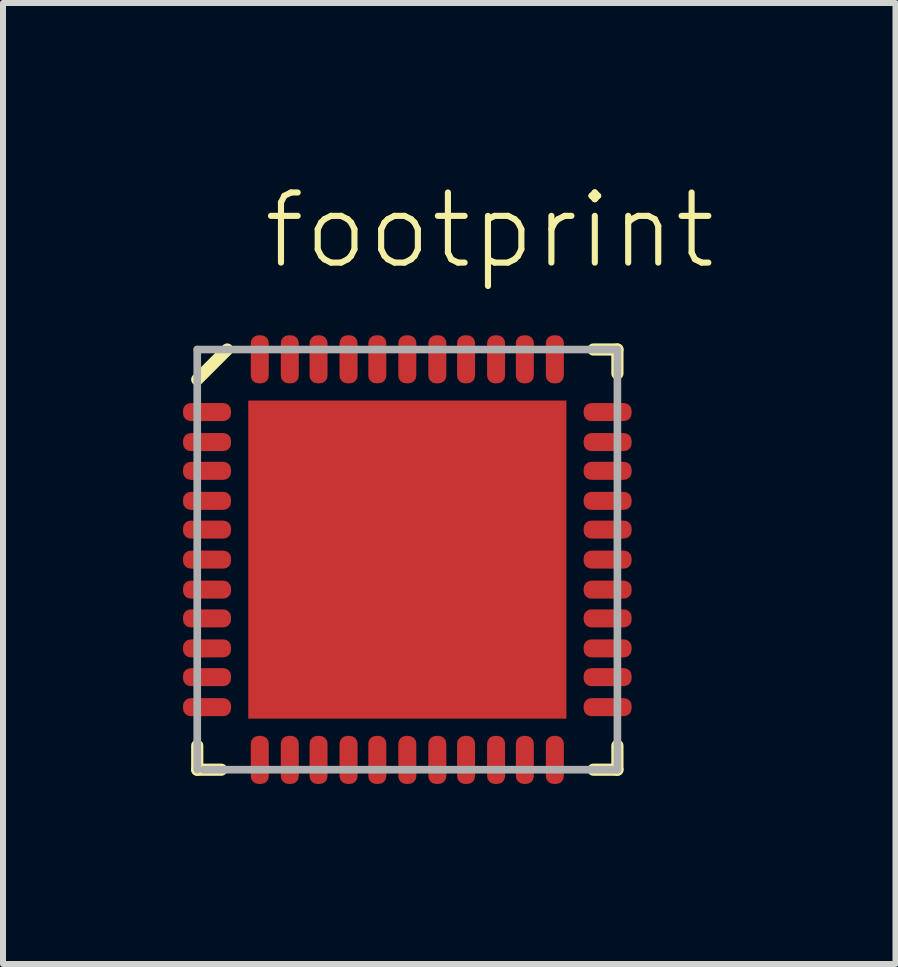
<source format=kicad_pcb>
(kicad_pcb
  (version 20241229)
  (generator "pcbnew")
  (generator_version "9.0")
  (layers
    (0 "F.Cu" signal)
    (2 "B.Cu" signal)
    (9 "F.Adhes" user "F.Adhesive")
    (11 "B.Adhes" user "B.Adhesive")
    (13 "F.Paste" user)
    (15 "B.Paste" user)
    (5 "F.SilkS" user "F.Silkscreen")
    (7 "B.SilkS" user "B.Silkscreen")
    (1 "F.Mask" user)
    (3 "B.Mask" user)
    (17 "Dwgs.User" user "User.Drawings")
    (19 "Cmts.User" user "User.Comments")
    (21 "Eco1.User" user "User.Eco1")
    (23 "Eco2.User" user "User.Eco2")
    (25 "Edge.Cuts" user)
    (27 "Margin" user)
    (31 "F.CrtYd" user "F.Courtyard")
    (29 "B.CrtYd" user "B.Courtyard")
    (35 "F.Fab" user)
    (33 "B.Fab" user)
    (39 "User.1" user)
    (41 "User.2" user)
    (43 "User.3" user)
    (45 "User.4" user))
  (footprint "footprint"
    (layer "F.Cu")
    (at 3.736 6.273)
    (property "Reference" "footprint" (at -2.45 -4.8 0) (layer "F.SilkS") (effects (font (size 1.168 1.168) (thickness 0.102)) (justify left bottom)))
    (fp_poly (pts (xy -2 -0.5) (xy -0.5 -0.5) (xy -0.5 -2) (xy -2 -2)) (stroke (width 0) (type solid)) (fill yes) (layer "F.Cu"))
    (fp_line (start -3.5 3.5) (end -3.5 3.1) (stroke (width 0.203) (type solid)) (layer "F.SilkS"))
    (fp_line (start -3.1 3.5) (end -3.5 3.5) (stroke (width 0.203) (type solid)) (layer "F.SilkS"))
    (fp_line (start -3 -3.5) (end -3.5 -3) (stroke (width 0.203) (type solid)) (layer "F.SilkS"))
    (fp_line (start 3.1 3.5) (end 3.5 3.5) (stroke (width 0.203) (type solid)) (layer "F.SilkS"))
    (fp_line (start 3.5 -3.5) (end 3.1 -3.5) (stroke (width 0.203) (type solid)) (layer "F.SilkS"))
    (fp_line (start 3.5 -3.1) (end 3.5 -3.5) (stroke (width 0.203) (type solid)) (layer "F.SilkS"))
    (fp_line (start 3.5 3.1) (end 3.5 3.5) (stroke (width 0.203) (type solid)) (layer "F.SilkS"))
    (fp_poly (pts (xy -3.15 -2.343) (xy -3.15 -2.572) (xy -3.696 -2.572) (xy -3.696 -2.343)) (stroke (width 0) (type solid)) (fill yes) (layer "F.Paste"))
    (fp_poly (pts (xy -3.15 -1.841) (xy -3.15 -2.07) (xy -3.696 -2.07) (xy -3.696 -1.841)) (stroke (width 0) (type solid)) (fill yes) (layer "F.Paste"))
    (fp_poly (pts (xy -3.15 -1.365) (xy -3.15 -1.594) (xy -3.696 -1.594) (xy -3.696 -1.365)) (stroke (width 0) (type solid)) (fill yes) (layer "F.Paste"))
    (fp_poly (pts (xy -3.15 -0.864) (xy -3.15 -1.092) (xy -3.696 -1.092) (xy -3.696 -0.864)) (stroke (width 0) (type solid)) (fill yes) (layer "F.Paste"))
    (fp_poly (pts (xy -3.15 -0.387) (xy -3.15 -0.616) (xy -3.696 -0.616) (xy -3.696 -0.387)) (stroke (width 0) (type solid)) (fill yes) (layer "F.Paste"))
    (fp_poly (pts (xy -3.15 0.114) (xy -3.15 -0.114) (xy -3.696 -0.114) (xy -3.696 0.114)) (stroke (width 0) (type solid)) (fill yes) (layer "F.Paste"))
    (fp_poly (pts (xy -3.15 0.616) (xy -3.15 0.387) (xy -3.696 0.387) (xy -3.696 0.616)) (stroke (width 0) (type solid)) (fill yes) (layer "F.Paste"))
    (fp_poly (pts (xy -3.15 1.092) (xy -3.15 0.864) (xy -3.696 0.864) (xy -3.696 1.092)) (stroke (width 0) (type solid)) (fill yes) (layer "F.Paste"))
    (fp_poly (pts (xy -3.15 1.594) (xy -3.15 1.365) (xy -3.696 1.365) (xy -3.696 1.594)) (stroke (width 0) (type solid)) (fill yes) (layer "F.Paste"))
    (fp_poly (pts (xy -3.15 2.07) (xy -3.15 1.841) (xy -3.696 1.841) (xy -3.696 2.07)) (stroke (width 0) (type solid)) (fill yes) (layer "F.Paste"))
    (fp_poly (pts (xy -3.15 2.572) (xy -3.15 2.343) (xy -3.696 2.343) (xy -3.696 2.572)) (stroke (width 0) (type solid)) (fill yes) (layer "F.Paste"))
    (fp_poly (pts (xy -2.572 -3.15) (xy -2.343 -3.15) (xy -2.343 -3.696) (xy -2.572 -3.696)) (stroke (width 0) (type solid)) (fill yes) (layer "F.Paste"))
    (fp_poly (pts (xy -2.343 3.15) (xy -2.572 3.15) (xy -2.572 3.696) (xy -2.343 3.696)) (stroke (width 0) (type solid)) (fill yes) (layer "F.Paste"))
    (fp_poly (pts (xy -2.07 -3.15) (xy -1.841 -3.15) (xy -1.841 -3.696) (xy -2.07 -3.696)) (stroke (width 0) (type solid)) (fill yes) (layer "F.Paste"))
    (fp_poly (pts (xy -1.841 3.15) (xy -2.07 3.15) (xy -2.07 3.696) (xy -1.841 3.696)) (stroke (width 0) (type solid)) (fill yes) (layer "F.Paste"))
    (fp_poly (pts (xy -1.594 -3.15) (xy -1.365 -3.15) (xy -1.365 -3.696) (xy -1.594 -3.696)) (stroke (width 0) (type solid)) (fill yes) (layer "F.Paste"))
    (fp_poly (pts (xy -1.365 3.15) (xy -1.594 3.15) (xy -1.594 3.696) (xy -1.365 3.696)) (stroke (width 0) (type solid)) (fill yes) (layer "F.Paste"))
    (fp_poly (pts (xy -1.092 -3.15) (xy -0.864 -3.15) (xy -0.864 -3.696) (xy -1.092 -3.696)) (stroke (width 0) (type solid)) (fill yes) (layer "F.Paste"))
    (fp_poly (pts (xy -0.864 3.15) (xy -1.092 3.15) (xy -1.092 3.696) (xy -0.864 3.696)) (stroke (width 0) (type solid)) (fill yes) (layer "F.Paste"))
    (fp_poly (pts (xy -0.616 -3.15) (xy -0.387 -3.15) (xy -0.387 -3.696) (xy -0.616 -3.696)) (stroke (width 0) (type solid)) (fill yes) (layer "F.Paste"))
    (fp_poly (pts (xy -0.387 3.15) (xy -0.616 3.15) (xy -0.616 3.696) (xy -0.387 3.696)) (stroke (width 0) (type solid)) (fill yes) (layer "F.Paste"))
    (fp_poly (pts (xy -0.114 -3.15) (xy 0.114 -3.15) (xy 0.114 -3.696) (xy -0.114 -3.696)) (stroke (width 0) (type solid)) (fill yes) (layer "F.Paste"))
    (fp_poly (pts (xy 0.114 3.15) (xy -0.114 3.15) (xy -0.114 3.696) (xy 0.114 3.696)) (stroke (width 0) (type solid)) (fill yes) (layer "F.Paste"))
    (fp_poly (pts (xy 0.387 -3.15) (xy 0.616 -3.15) (xy 0.616 -3.696) (xy 0.387 -3.696)) (stroke (width 0) (type solid)) (fill yes) (layer "F.Paste"))
    (fp_poly (pts (xy 0.616 3.15) (xy 0.387 3.15) (xy 0.387 3.696) (xy 0.616 3.696)) (stroke (width 0) (type solid)) (fill yes) (layer "F.Paste"))
    (fp_poly (pts (xy 0.864 -3.15) (xy 1.092 -3.15) (xy 1.092 -3.696) (xy 0.864 -3.696)) (stroke (width 0) (type solid)) (fill yes) (layer "F.Paste"))
    (fp_poly (pts (xy 1.092 3.15) (xy 0.864 3.15) (xy 0.864 3.696) (xy 1.092 3.696)) (stroke (width 0) (type solid)) (fill yes) (layer "F.Paste"))
    (fp_poly (pts (xy 1.365 -3.15) (xy 1.594 -3.15) (xy 1.594 -3.696) (xy 1.365 -3.696)) (stroke (width 0) (type solid)) (fill yes) (layer "F.Paste"))
    (fp_poly (pts (xy 1.594 3.15) (xy 1.365 3.15) (xy 1.365 3.696) (xy 1.594 3.696)) (stroke (width 0) (type solid)) (fill yes) (layer "F.Paste"))
    (fp_poly (pts (xy 1.841 -3.15) (xy 2.07 -3.15) (xy 2.07 -3.696) (xy 1.841 -3.696)) (stroke (width 0) (type solid)) (fill yes) (layer "F.Paste"))
    (fp_poly (pts (xy 2.07 3.15) (xy 1.841 3.15) (xy 1.841 3.696) (xy 2.07 3.696)) (stroke (width 0) (type solid)) (fill yes) (layer "F.Paste"))
    (fp_poly (pts (xy 2.343 -3.15) (xy 2.572 -3.15) (xy 2.572 -3.696) (xy 2.343 -3.696)) (stroke (width 0) (type solid)) (fill yes) (layer "F.Paste"))
    (fp_poly (pts (xy 2.572 3.15) (xy 2.343 3.15) (xy 2.343 3.696) (xy 2.572 3.696)) (stroke (width 0) (type solid)) (fill yes) (layer "F.Paste"))
    (fp_poly (pts (xy 3.15 -2.572) (xy 3.15 -2.343) (xy 3.696 -2.343) (xy 3.696 -2.572)) (stroke (width 0) (type solid)) (fill yes) (layer "F.Paste"))
    (fp_poly (pts (xy 3.15 -2.07) (xy 3.15 -1.841) (xy 3.696 -1.841) (xy 3.696 -2.07)) (stroke (width 0) (type solid)) (fill yes) (layer "F.Paste"))
    (fp_poly (pts (xy 3.15 -1.594) (xy 3.15 -1.365) (xy 3.696 -1.365) (xy 3.696 -1.594)) (stroke (width 0) (type solid)) (fill yes) (layer "F.Paste"))
    (fp_poly (pts (xy 3.15 -1.092) (xy 3.15 -0.864) (xy 3.696 -0.864) (xy 3.696 -1.092)) (stroke (width 0) (type solid)) (fill yes) (layer "F.Paste"))
    (fp_poly (pts (xy 3.15 -0.616) (xy 3.15 -0.387) (xy 3.696 -0.387) (xy 3.696 -0.616)) (stroke (width 0) (type solid)) (fill yes) (layer "F.Paste"))
    (fp_poly (pts (xy 3.15 -0.114) (xy 3.15 0.114) (xy 3.696 0.114) (xy 3.696 -0.114)) (stroke (width 0) (type solid)) (fill yes) (layer "F.Paste"))
    (fp_poly (pts (xy 3.15 0.387) (xy 3.15 0.616) (xy 3.696 0.616) (xy 3.696 0.387)) (stroke (width 0) (type solid)) (fill yes) (layer "F.Paste"))
    (fp_poly (pts (xy 3.15 0.864) (xy 3.15 1.092) (xy 3.696 1.092) (xy 3.696 0.864)) (stroke (width 0) (type solid)) (fill yes) (layer "F.Paste"))
    (fp_poly (pts (xy 3.15 1.365) (xy 3.15 1.594) (xy 3.696 1.594) (xy 3.696 1.365)) (stroke (width 0) (type solid)) (fill yes) (layer "F.Paste"))
    (fp_poly (pts (xy 3.15 1.841) (xy 3.15 2.07) (xy 3.696 2.07) (xy 3.696 1.841)) (stroke (width 0) (type solid)) (fill yes) (layer "F.Paste"))
    (fp_poly (pts (xy 3.15 2.343) (xy 3.15 2.572) (xy 3.696 2.572) (xy 3.696 2.343)) (stroke (width 0) (type solid)) (fill yes) (layer "F.Paste"))
    (fp_line (start -3.5 -3.5) (end -3.5 3.5) (stroke (width 0.127) (type solid)) (layer "F.Fab"))
    (fp_line (start -3.4 3.5) (end 3.5 3.5) (stroke (width 0.127) (type solid)) (layer "F.Fab"))
    (fp_line (start 3.5 -3.5) (end -3.5 -3.5) (stroke (width 0.127) (type solid)) (layer "F.Fab"))
    (fp_line (start 3.5 3.5) (end 3.5 -3.5) (stroke (width 0.127) (type solid)) (layer "F.Fab"))
    (pad "1" smd roundrect (at -3.337 -2.458 180) (size 0.8 0.3) (layers "F.Cu" "F.Mask") (roundrect_rratio 0.425))
    (pad "2" smd roundrect (at -3.337 -1.958 180) (size 0.8 0.3) (layers "F.Cu" "F.Mask") (roundrect_rratio 0.425))
    (pad "3" smd roundrect (at -3.337 -1.479 180) (size 0.8 0.3) (layers "F.Cu" "F.Mask") (roundrect_rratio 0.425))
    (pad "4" smd roundrect (at -3.337 -0.979 180) (size 0.8 0.3) (layers "F.Cu" "F.Mask") (roundrect_rratio 0.425))
    (pad "5" smd roundrect (at -3.337 -0.5 180) (size 0.8 0.3) (layers "F.Cu" "F.Mask") (roundrect_rratio 0.425))
    (pad "6" smd roundrect (at -3.337 0 180) (size 0.8 0.3) (layers "F.Cu" "F.Mask") (roundrect_rratio 0.425))
    (pad "7" smd roundrect (at -3.337 0.5) (size 0.8 0.3) (layers "F.Cu" "F.Mask") (roundrect_rratio 0.425))
    (pad "8" smd roundrect (at -3.337 0.979) (size 0.8 0.3) (layers "F.Cu" "F.Mask") (roundrect_rratio 0.425))
    (pad "9" smd roundrect (at -3.337 1.479) (size 0.8 0.3) (layers "F.Cu" "F.Mask") (roundrect_rratio 0.425))
    (pad "10" smd roundrect (at -3.337 1.958) (size 0.8 0.3) (layers "F.Cu" "F.Mask") (roundrect_rratio 0.425))
    (pad "11" smd roundrect (at -3.337 2.458) (size 0.8 0.3) (layers "F.Cu" "F.Mask") (roundrect_rratio 0.425))
    (pad "12" smd roundrect (at -2.458 3.337 270) (size 0.8 0.3) (layers "F.Cu" "F.Mask") (roundrect_rratio 0.425))
    (pad "13" smd roundrect (at -1.958 3.337 270) (size 0.8 0.3) (layers "F.Cu" "F.Mask") (roundrect_rratio 0.425))
    (pad "14" smd roundrect (at -1.479 3.337 270) (size 0.8 0.3) (layers "F.Cu" "F.Mask") (roundrect_rratio 0.425))
    (pad "15" smd roundrect (at -0.979 3.337 270) (size 0.8 0.3) (layers "F.Cu" "F.Mask") (roundrect_rratio 0.425))
    (pad "16" smd roundrect (at -0.5 3.337 270) (size 0.8 0.3) (layers "F.Cu" "F.Mask") (roundrect_rratio 0.425))
    (pad "17" smd roundrect (at 0 3.337 270) (size 0.8 0.3) (layers "F.Cu" "F.Mask") (roundrect_rratio 0.425))
    (pad "18" smd roundrect (at 0.5 3.337 90) (size 0.8 0.3) (layers "F.Cu" "F.Mask") (roundrect_rratio 0.425))
    (pad "19" smd roundrect (at 0.979 3.337 90) (size 0.8 0.3) (layers "F.Cu" "F.Mask") (roundrect_rratio 0.425))
    (pad "20" smd roundrect (at 1.479 3.337 90) (size 0.8 0.3) (layers "F.Cu" "F.Mask") (roundrect_rratio 0.425))
    (pad "21" smd roundrect (at 1.958 3.337 90) (size 0.8 0.3) (layers "F.Cu" "F.Mask") (roundrect_rratio 0.425))
    (pad "22" smd roundrect (at 2.458 3.337 90) (size 0.8 0.3) (layers "F.Cu" "F.Mask") (roundrect_rratio 0.425))
    (pad "23" smd roundrect (at 3.337 2.458) (size 0.8 0.3) (layers "F.Cu" "F.Mask") (roundrect_rratio 0.425))
    (pad "24" smd roundrect (at 3.337 1.958) (size 0.8 0.3) (layers "F.Cu" "F.Mask") (roundrect_rratio 0.425))
    (pad "25" smd roundrect (at 3.337 1.479) (size 0.8 0.3) (layers "F.Cu" "F.Mask") (roundrect_rratio 0.425))
    (pad "26" smd roundrect (at 3.337 0.979) (size 0.8 0.3) (layers "F.Cu" "F.Mask") (roundrect_rratio 0.425))
    (pad "27" smd roundrect (at 3.337 0.5) (size 0.8 0.3) (layers "F.Cu" "F.Mask") (roundrect_rratio 0.425))
    (pad "28" smd roundrect (at 3.337 0) (size 0.8 0.3) (layers "F.Cu" "F.Mask") (roundrect_rratio 0.425))
    (pad "29" smd roundrect (at 3.337 -0.5 180) (size 0.8 0.3) (layers "F.Cu" "F.Mask") (roundrect_rratio 0.425))
    (pad "30" smd roundrect (at 3.337 -0.979 180) (size 0.8 0.3) (layers "F.Cu" "F.Mask") (roundrect_rratio 0.425))
    (pad "31" smd roundrect (at 3.337 -1.479 180) (size 0.8 0.3) (layers "F.Cu" "F.Mask") (roundrect_rratio 0.425))
    (pad "32" smd roundrect (at 3.337 -1.958 180) (size 0.8 0.3) (layers "F.Cu" "F.Mask") (roundrect_rratio 0.425))
    (pad "33" smd roundrect (at 3.337 -2.458 180) (size 0.8 0.3) (layers "F.Cu" "F.Mask") (roundrect_rratio 0.425))
    (pad "34" smd roundrect (at 2.458 -3.337 90) (size 0.8 0.3) (layers "F.Cu" "F.Mask") (roundrect_rratio 0.425))
    (pad "35" smd roundrect (at 1.958 -3.337 90) (size 0.8 0.3) (layers "F.Cu" "F.Mask") (roundrect_rratio 0.425))
    (pad "36" smd roundrect (at 1.479 -3.337 90) (size 0.8 0.3) (layers "F.Cu" "F.Mask") (roundrect_rratio 0.425))
    (pad "37" smd roundrect (at 0.979 -3.337 90) (size 0.8 0.3) (layers "F.Cu" "F.Mask") (roundrect_rratio 0.425))
    (pad "38" smd roundrect (at 0.5 -3.337 90) (size 0.8 0.3) (layers "F.Cu" "F.Mask") (roundrect_rratio 0.425))
    (pad "39" smd roundrect (at 0 -3.337 90) (size 0.8 0.3) (layers "F.Cu" "F.Mask") (roundrect_rratio 0.425))
    (pad "40" smd roundrect (at -0.5 -3.337 270) (size 0.8 0.3) (layers "F.Cu" "F.Mask") (roundrect_rratio 0.425))
    (pad "41" smd roundrect (at -0.979 -3.337 270) (size 0.8 0.3) (layers "F.Cu" "F.Mask") (roundrect_rratio 0.425))
    (pad "42" smd roundrect (at -1.479 -3.337 270) (size 0.8 0.3) (layers "F.Cu" "F.Mask") (roundrect_rratio 0.425))
    (pad "43" smd roundrect (at -1.958 -3.337 270) (size 0.8 0.3) (layers "F.Cu" "F.Mask") (roundrect_rratio 0.425))
    (pad "44" smd roundrect (at -2.458 -3.337 270) (size 0.8 0.3) (layers "F.Cu" "F.Mask") (roundrect_rratio 0.425))
    (pad "EPAD" smd rect (at 0 0) (size 5.3 5.3) (layers "F.Cu" "F.Mask")))
  (gr_rect
    (start -3 -3)
    (end 11.869 13.01)
    (stroke (width 0.1) (type default))
    (fill no)
    (layer "Edge.Cuts")))
</source>
